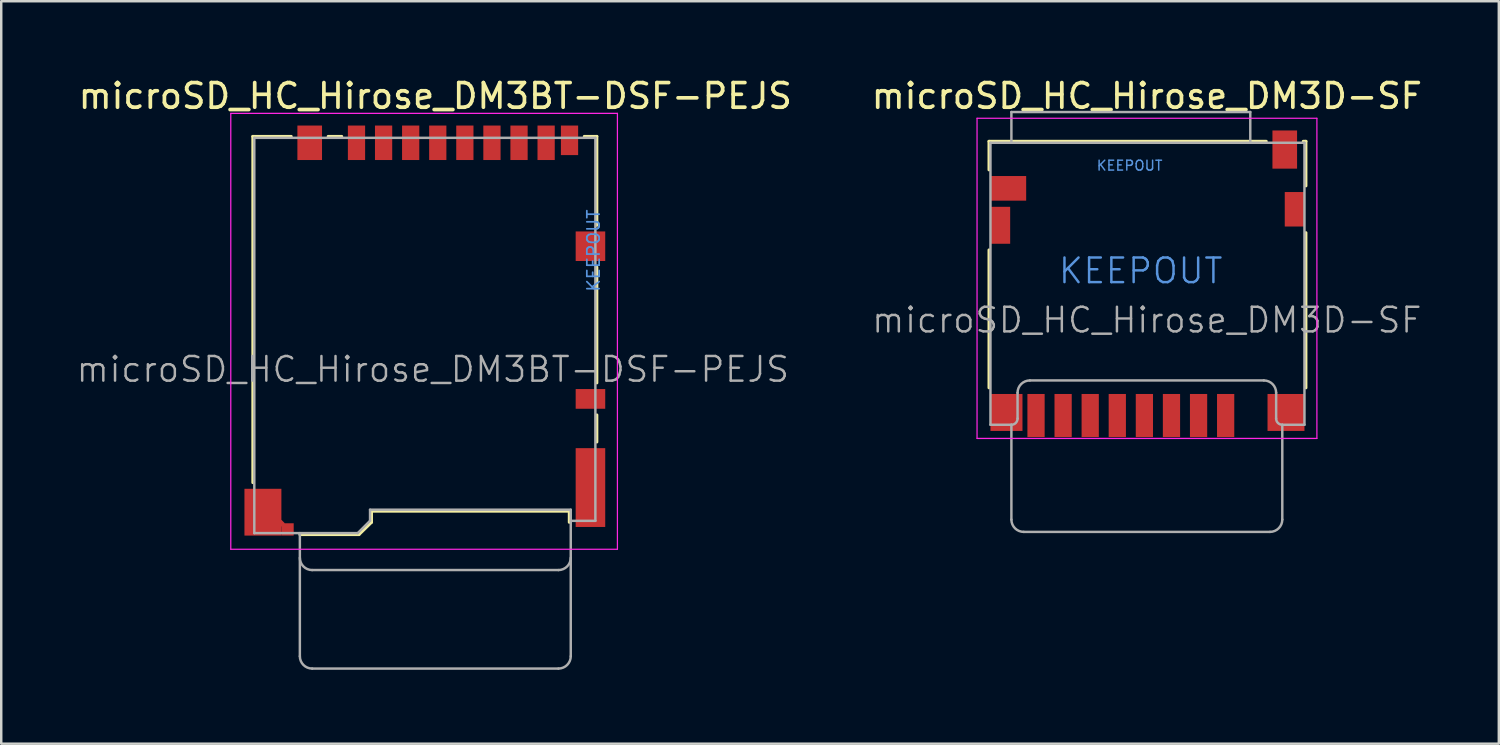
<source format=kicad_pcb>
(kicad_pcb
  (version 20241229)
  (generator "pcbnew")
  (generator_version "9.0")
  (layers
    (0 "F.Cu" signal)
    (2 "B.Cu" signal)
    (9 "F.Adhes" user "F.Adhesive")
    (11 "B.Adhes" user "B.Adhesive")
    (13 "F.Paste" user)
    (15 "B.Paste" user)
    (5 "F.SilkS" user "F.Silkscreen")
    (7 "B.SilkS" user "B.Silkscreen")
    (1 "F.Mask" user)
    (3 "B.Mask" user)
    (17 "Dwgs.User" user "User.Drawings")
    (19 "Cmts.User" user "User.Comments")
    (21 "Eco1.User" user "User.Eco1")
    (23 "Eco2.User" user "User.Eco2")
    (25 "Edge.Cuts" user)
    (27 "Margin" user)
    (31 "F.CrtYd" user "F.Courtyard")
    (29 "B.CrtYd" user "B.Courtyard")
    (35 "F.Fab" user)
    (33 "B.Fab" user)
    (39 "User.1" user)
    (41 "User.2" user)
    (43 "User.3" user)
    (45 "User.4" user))
  (footprint "microSD_HC_Hirose_DM3BT-DSF-PEJS"
    (layer "F.Cu")
    (at 14.201 10.373)
    (property "Reference" "microSD_HC_Hirose_DM3BT-DSF-PEJS" (at 0.425 -9.525 0) (layer "F.SilkS") (effects (font (size 1 1) (thickness 0.15))))
    (attr smd)
    (fp_line (start -6.985 -7.885) (end -6.985 6.175) (stroke (width 0.12) (type solid)) (layer "F.SilkS"))
    (fp_line (start -6.985 -7.885) (end -5.425 -7.885) (stroke (width 0.12) (type solid)) (layer "F.SilkS"))
    (fp_line (start -5.075 8.285) (end -2.675 8.285) (stroke (width 0.12) (type solid)) (layer "F.SilkS"))
    (fp_line (start -3.375 -7.885) (end -3.925 -7.885) (stroke (width 0.12) (type solid)) (layer "F.SilkS"))
    (fp_line (start -2.665 8.275) (end -2.165 7.785) (stroke (width 0.12) (type solid)) (layer "F.SilkS"))
    (fp_line (start -2.165 7.335) (end -2.165 7.785) (stroke (width 0.12) (type solid)) (layer "F.SilkS"))
    (fp_line (start 5.865 7.335) (end -2.165 7.335) (stroke (width 0.12) (type solid)) (layer "F.SilkS"))
    (fp_line (start 5.865 7.335) (end 5.865 7.785) (stroke (width 0.12) (type solid)) (layer "F.SilkS"))
    (fp_line (start 6.475 -7.885) (end 6.985 -7.885) (stroke (width 0.12) (type solid)) (layer "F.SilkS"))
    (fp_line (start 6.985 -7.885) (end 6.985 -4.275) (stroke (width 0.12) (type solid)) (layer "F.SilkS"))
    (fp_line (start 6.985 -2.575) (end 6.985 2.125) (stroke (width 0.12) (type solid)) (layer "F.SilkS"))
    (fp_line (start 6.985 3.425) (end 6.985 4.525) (stroke (width 0.12) (type solid)) (layer "F.SilkS"))
    (fp_line (start -7.88 -8.82) (end 7.82 -8.82) (stroke (width 0.05) (type solid)) (layer "F.CrtYd"))
    (fp_line (start -7.88 8.88) (end -7.88 -8.82) (stroke (width 0.05) (type solid)) (layer "F.CrtYd"))
    (fp_line (start 7.82 -8.82) (end 7.82 8.88) (stroke (width 0.05) (type solid)) (layer "F.CrtYd"))
    (fp_line (start 7.82 8.88) (end -7.88 8.88) (stroke (width 0.05) (type solid)) (layer "F.CrtYd"))
    (fp_line (start -6.925 -7.825) (end 6.925 -7.825) (stroke (width 0.1) (type solid)) (layer "F.Fab"))
    (fp_line (start -6.925 8.225) (end -6.925 -7.825) (stroke (width 0.1) (type solid)) (layer "F.Fab"))
    (fp_line (start -6.925 8.225) (end -2.725 8.225) (stroke (width 0.1) (type solid)) (layer "F.Fab"))
    (fp_line (start -5.075 8.225) (end -5.075 13.225) (stroke (width 0.1) (type solid)) (layer "F.Fab"))
    (fp_line (start -4.575 9.725) (end 5.425 9.725) (stroke (width 0.1) (type solid)) (layer "F.Fab"))
    (fp_line (start -4.575 13.725) (end 5.425 13.725) (stroke (width 0.1) (type solid)) (layer "F.Fab"))
    (fp_line (start -2.225 7.275) (end -2.225 7.725) (stroke (width 0.1) (type solid)) (layer "F.Fab"))
    (fp_line (start -2.225 7.275) (end 5.925 7.275) (stroke (width 0.1) (type solid)) (layer "F.Fab"))
    (fp_line (start -2.225 7.725) (end -2.725 8.225) (stroke (width 0.1) (type solid)) (layer "F.Fab"))
    (fp_line (start 5.925 13.225) (end 5.925 7.275) (stroke (width 0.1) (type solid)) (layer "F.Fab"))
    (fp_line (start 6.925 7.725) (end 5.925 7.725) (stroke (width 0.1) (type solid)) (layer "F.Fab"))
    (fp_line (start 6.925 7.725) (end 6.925 -7.825) (stroke (width 0.1) (type solid)) (layer "F.Fab"))
    (fp_arc (start -4.575 9.725) (mid -4.928553 9.578553) (end -5.075 9.225) (stroke (width 0.1) (type solid)) (layer "F.Fab"))
    (fp_arc (start -4.575 13.725) (mid -4.928553 13.578553) (end -5.075 13.225) (stroke (width 0.1) (type solid)) (layer "F.Fab"))
    (fp_arc (start 5.925 9.225) (mid 5.778553 9.578553) (end 5.425 9.725) (stroke (width 0.1) (type solid)) (layer "F.Fab"))
    (fp_arc (start 5.925 13.225) (mid 5.778553 13.578553) (end 5.425 13.725) (stroke (width 0.1) (type solid)) (layer "F.Fab"))
    (fp_text user "KEEPOUT" (at 6.85 -3.25 90) (layer "Cmts.User") (effects (font (size 0.5 0.5) (thickness 0.07))))
    (fp_text user "${REFERENCE}" (at 0.325 1.575 0) (layer "F.Fab") (effects (font (size 1 1) (thickness 0.1))))
    (pad "1" smd rect (at -2.775 -7.625) (size 0.7 1.4) (layers "F.Cu" "F.Mask" "F.Paste"))
    (pad "2" smd rect (at -1.675 -7.625) (size 0.7 1.4) (layers "F.Cu" "F.Mask" "F.Paste"))
    (pad "3" smd rect (at -0.575 -7.625) (size 0.7 1.4) (layers "F.Cu" "F.Mask" "F.Paste"))
    (pad "4" smd rect (at 0.525 -7.625) (size 0.7 1.4) (layers "F.Cu" "F.Mask" "F.Paste"))
    (pad "5" smd rect (at 1.625 -7.625) (size 0.7 1.4) (layers "F.Cu" "F.Mask" "F.Paste"))
    (pad "6" smd rect (at 2.725 -7.625) (size 0.7 1.4) (layers "F.Cu" "F.Mask" "F.Paste"))
    (pad "7" smd rect (at 3.825 -7.625) (size 0.7 1.4) (layers "F.Cu" "F.Mask" "F.Paste"))
    (pad "8" smd rect (at 4.925 -7.625) (size 0.7 1.4) (layers "F.Cu" "F.Mask" "F.Paste"))
    (pad "9" smd rect (at 5.875 -7.725) (size 0.7 1.2) (layers "F.Cu" "F.Mask" "F.Paste"))
    (pad "10" smd rect (at 6.725 2.775) (size 1.2 0.8) (layers "F.Cu" "F.Mask" "F.Paste"))
    (pad "11" smd rect (at -6.575 7.375) (size 1.5 1.9) (layers "F.Cu" "F.Mask" "F.Paste"))
    (pad "11" smd rect (at -5.825 7.825 45) (size 0.2 0.2) (layers "F.Cu" "F.Mask" "F.Paste"))
    (pad "11" smd rect (at -5.575 8.075) (size 0.5 0.5) (layers "F.Cu" "F.Mask" "F.Paste"))
    (pad "11" smd rect (at -4.675 -7.625) (size 1 1.4) (layers "F.Cu" "F.Mask" "F.Paste"))
    (pad "11" smd rect (at 6.725 -3.425) (size 1.2 1.2) (layers "F.Cu" "F.Mask" "F.Paste"))
    (pad "11" smd rect (at 6.725 6.375) (size 1.2 3.2) (layers "F.Cu" "F.Mask" "F.Paste"))
    (zone (net_name "") (layer "F.Cu") (hatch full 0.508) (connect_pads) (min_thickness 0.254) (filled_areas_thickness no) (keepout (tracks not_allowed) (vias not_allowed) (pads not_allowed) (copperpour not_allowed) (footprints not_allowed)) (placement (enabled no)) (fill) (polygon (pts (xy 20.676 6.348) (xy 21.426 6.348) (xy 21.426 3.098) (xy 20.676 3.098))))
    (zone (net_name "") (layer "F.Cu") (hatch full 0.508) (connect_pads) (min_thickness 0.254) (filled_areas_thickness no) (keepout (tracks not_allowed) (vias not_allowed) (pads not_allowed) (copperpour not_allowed) (footprints not_allowed)) (placement (enabled no)) (fill) (polygon (pts (xy 20.676 11.148) (xy 21.426 11.148) (xy 21.426 7.548) (xy 20.676 7.548)))))
  (footprint "microSD_HC_Hirose_DM3D-SF"
    (layer "F.Cu")
    (at 43.544 8.473)
    (property "Reference" "microSD_HC_Hirose_DM3D-SF" (at -0.025 -7.625 0) (layer "F.SilkS") (effects (font (size 1 1) (thickness 0.15))))
    (attr smd)
    (fp_line (start -6.435 -5.785) (end 4.825 -5.785) (stroke (width 0.12) (type solid)) (layer "F.SilkS"))
    (fp_line (start -6.435 -4.625) (end -6.435 -5.785) (stroke (width 0.12) (type solid)) (layer "F.SilkS"))
    (fp_line (start -6.435 -1.375) (end -6.435 4.225) (stroke (width 0.12) (type solid)) (layer "F.SilkS"))
    (fp_line (start 6.325 -5.785) (end 6.435 -5.785) (stroke (width 0.12) (type solid)) (layer "F.SilkS"))
    (fp_line (start 6.435 -5.785) (end 6.435 -3.975) (stroke (width 0.12) (type solid)) (layer "F.SilkS"))
    (fp_line (start 6.435 -2.075) (end 6.435 4.225) (stroke (width 0.12) (type solid)) (layer "F.SilkS"))
    (fp_line (start -6.92 -6.72) (end 6.88 -6.72) (stroke (width 0.05) (type solid)) (layer "F.CrtYd"))
    (fp_line (start -6.92 6.28) (end -6.92 -6.72) (stroke (width 0.05) (type solid)) (layer "F.CrtYd"))
    (fp_line (start 6.88 -6.72) (end 6.88 6.28) (stroke (width 0.05) (type solid)) (layer "F.CrtYd"))
    (fp_line (start 6.88 6.28) (end -6.92 6.28) (stroke (width 0.05) (type solid)) (layer "F.CrtYd"))
    (fp_line (start -6.375 -5.725) (end 6.375 -5.725) (stroke (width 0.1) (type solid)) (layer "F.Fab"))
    (fp_line (start -6.375 5.725) (end -6.375 -5.725) (stroke (width 0.1) (type solid)) (layer "F.Fab"))
    (fp_line (start -6.375 5.725) (end -5.525 5.725) (stroke (width 0.1) (type solid)) (layer "F.Fab"))
    (fp_line (start -5.525 -6.975) (end 4.175 -6.975) (stroke (width 0.1) (type solid)) (layer "F.Fab"))
    (fp_line (start -5.525 -5.725) (end -5.525 -6.975) (stroke (width 0.1) (type solid)) (layer "F.Fab"))
    (fp_line (start -5.525 5.725) (end -5.525 9.575) (stroke (width 0.1) (type solid)) (layer "F.Fab"))
    (fp_line (start -5.275 5.475) (end -5.275 4.425) (stroke (width 0.1) (type solid)) (layer "F.Fab"))
    (fp_line (start -5.025 10.075) (end 4.975 10.075) (stroke (width 0.1) (type solid)) (layer "F.Fab"))
    (fp_line (start -4.775 3.925) (end 4.725 3.925) (stroke (width 0.1) (type solid)) (layer "F.Fab"))
    (fp_line (start 4.175 -5.725) (end 4.175 -6.975) (stroke (width 0.1) (type solid)) (layer "F.Fab"))
    (fp_line (start 5.225 5.475) (end 5.225 4.425) (stroke (width 0.1) (type solid)) (layer "F.Fab"))
    (fp_line (start 5.475 5.725) (end 6.375 5.725) (stroke (width 0.1) (type solid)) (layer "F.Fab"))
    (fp_line (start 5.475 9.575) (end 5.475 5.725) (stroke (width 0.1) (type solid)) (layer "F.Fab"))
    (fp_line (start 6.375 5.725) (end 6.375 -5.725) (stroke (width 0.1) (type solid)) (layer "F.Fab"))
    (fp_arc (start -5.275 4.425) (mid -5.128553 4.071447) (end -4.775 3.925) (stroke (width 0.1) (type solid)) (layer "F.Fab"))
    (fp_arc (start -5.275 5.475) (mid -5.348223 5.651777) (end -5.525 5.725) (stroke (width 0.1) (type solid)) (layer "F.Fab"))
    (fp_arc (start -5.025 10.075) (mid -5.378553 9.928553) (end -5.525 9.575) (stroke (width 0.1) (type solid)) (layer "F.Fab"))
    (fp_arc (start 4.725 3.925) (mid 5.078553 4.071447) (end 5.225 4.425) (stroke (width 0.1) (type solid)) (layer "F.Fab"))
    (fp_arc (start 5.475 5.725) (mid 5.298223 5.651777) (end 5.225 5.475) (stroke (width 0.1) (type solid)) (layer "F.Fab"))
    (fp_arc (start 5.475 9.575) (mid 5.328553 9.928553) (end 4.975 10.075) (stroke (width 0.1) (type solid)) (layer "F.Fab"))
    (fp_text user "KEEPOUT" (at -0.275 -0.525 0) (layer "Cmts.User") (effects (font (size 1 1) (thickness 0.1))))
    (fp_text user "KEEPOUT" (at -0.725 -4.8 0) (layer "Cmts.User") (effects (font (size 0.4 0.4) (thickness 0.06))))
    (fp_text user "${REFERENCE}" (at -0.025 1.475 0) (layer "F.Fab") (effects (font (size 1 1) (thickness 0.1))))
    (pad "1" smd rect (at 3.175 5.35) (size 0.7 1.75) (layers "F.Cu" "F.Mask" "F.Paste"))
    (pad "2" smd rect (at 2.075 5.35) (size 0.7 1.75) (layers "F.Cu" "F.Mask" "F.Paste"))
    (pad "3" smd rect (at 0.975 5.35) (size 0.7 1.75) (layers "F.Cu" "F.Mask" "F.Paste"))
    (pad "4" smd rect (at -0.125 5.35) (size 0.7 1.75) (layers "F.Cu" "F.Mask" "F.Paste"))
    (pad "5" smd rect (at -1.225 5.35) (size 0.7 1.75) (layers "F.Cu" "F.Mask" "F.Paste"))
    (pad "6" smd rect (at -2.325 5.35) (size 0.7 1.75) (layers "F.Cu" "F.Mask" "F.Paste"))
    (pad "7" smd rect (at -3.425 5.35) (size 0.7 1.75) (layers "F.Cu" "F.Mask" "F.Paste"))
    (pad "8" smd rect (at -4.525 5.35) (size 0.7 1.75) (layers "F.Cu" "F.Mask" "F.Paste"))
    (pad "9" smd rect (at -5.65 -3.875) (size 1.45 1) (layers "F.Cu" "F.Mask" "F.Paste"))
    (pad "10" smd rect (at 5.575 -5.45) (size 1 1.55) (layers "F.Cu" "F.Mask" "F.Paste"))
    (pad "11" smd rect (at -5.975 -2.375) (size 0.8 1.5) (layers "F.Cu" "F.Mask" "F.Paste"))
    (pad "11" smd rect (at -5.725 5.225) (size 1.3 1.5) (layers "F.Cu" "F.Mask" "F.Paste"))
    (pad "11" smd rect (at 5.625 5.225) (size 1.5 1.5) (layers "F.Cu" "F.Mask" "F.Paste"))
    (pad "11" smd rect (at 5.975 -3.025) (size 0.8 1.4) (layers "F.Cu" "F.Mask" "F.Paste"))
    (zone (net_name "") (layer "F.Cu") (hatch full 0.508) (connect_pads) (min_thickness 0.254) (filled_areas_thickness no) (keepout (tracks not_allowed) (vias not_allowed) (pads not_allowed) (copperpour not_allowed) (footprints not_allowed)) (placement (enabled no)) (fill) (polygon (pts (xy 38.619 6.948) (xy 47.119 6.948) (xy 47.119 8.948) (xy 38.619 8.948))))
    (zone (net_name "") (layer "F.Cu") (hatch full 0.508) (connect_pads) (min_thickness 0.254) (filled_areas_thickness no) (keepout (tracks not_allowed) (vias not_allowed) (pads not_allowed) (copperpour not_allowed) (footprints not_allowed)) (placement (enabled no)) (fill) (polygon (pts (xy 41.569 4.598) (xy 44.069 4.598) (xy 44.069 2.748) (xy 41.569 2.748)))))
  (gr_rect
    (start -3 -3)
    (end 57.811 27.148)
    (stroke (width 0.1) (type default))
    (fill no)
    (layer "Edge.Cuts")))
</source>
